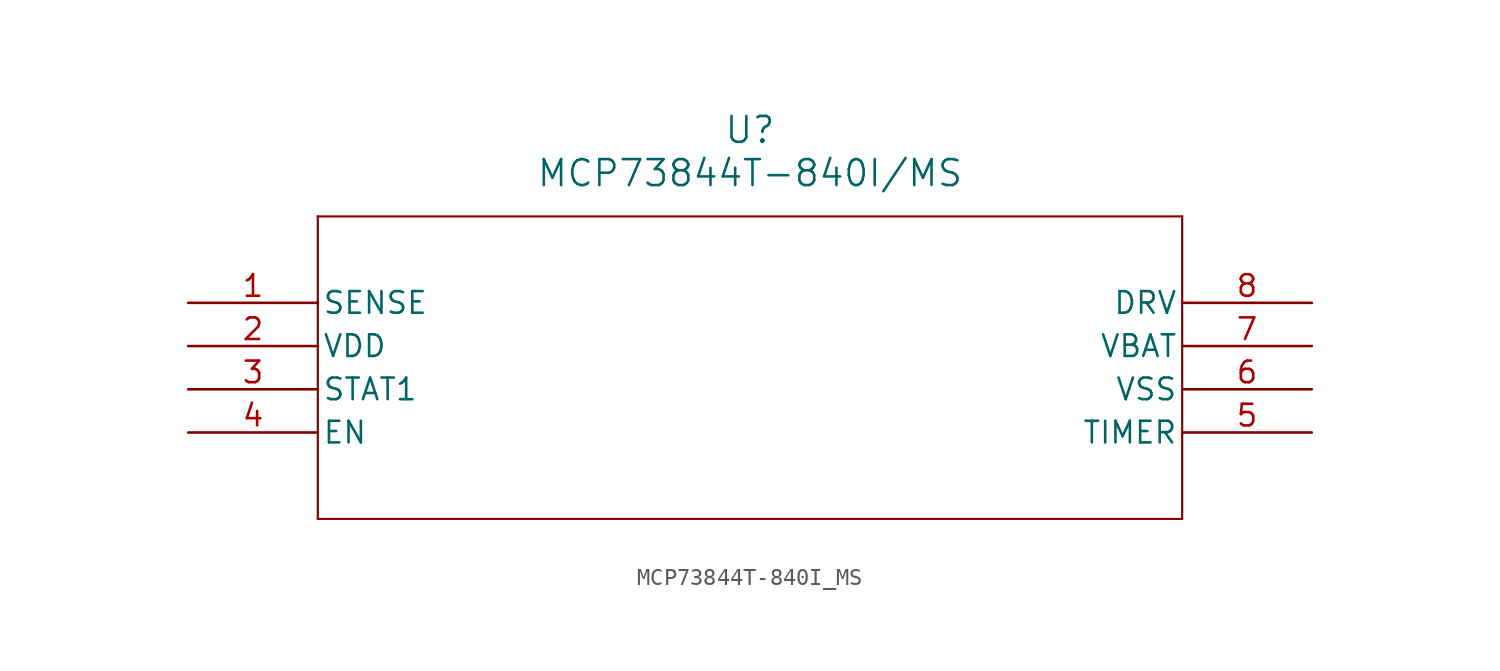
<source format=kicad_sym>
(kicad_symbol_lib
  (version 20211014)
  (generator kicad_symbol_editor)
  (symbol "MCP73844T-840I_MS"
    (pin_names
      (offset 0.254))
    (property "Reference" "U"
      (at 33.02 10.16 0)
      (effects (font (size 1.524 1.524))))
    (property "Value" "MCP73844T-840I/MS"
      (at 33.02 7.62 0)
      (effects (font (size 1.524 1.524))))
    (symbol "MCP73844T-840I_MS_0_1"
      (polyline (pts (xy 7.62 5.08) (xy 7.62 -12.7)) (stroke (width 0.127) (type default) (color 0 0 0 0)) (fill (type none)))
      (polyline (pts (xy 7.62 -12.7) (xy 58.42 -12.7)) (stroke (width 0.127) (type default) (color 0 0 0 0)) (fill (type none)))
      (polyline (pts (xy 58.42 -12.7) (xy 58.42 5.08)) (stroke (width 0.127) (type default) (color 0 0 0 0)) (fill (type none)))
      (polyline (pts (xy 58.42 5.08) (xy 7.62 5.08)) (stroke (width 0.127) (type default) (color 0 0 0 0)) (fill (type none)))
      (pin unspecified line (at 0 0 0) (length 7.62) (name "SENSE" (effects (font (size 1.27 1.27)))) (number "1" (effects (font (size 1.27 1.27)))))
      (pin unspecified line (at 0 -2.54 0) (length 7.62) (name "VDD" (effects (font (size 1.27 1.27)))) (number "2" (effects (font (size 1.27 1.27)))))
      (pin unspecified line (at 0 -5.08 0) (length 7.62) (name "STAT1" (effects (font (size 1.27 1.27)))) (number "3" (effects (font (size 1.27 1.27)))))
      (pin unspecified line (at 0 -7.62 0) (length 7.62) (name "EN" (effects (font (size 1.27 1.27)))) (number "4" (effects (font (size 1.27 1.27)))))
      (pin unspecified line (at 66.04 -7.62 180) (length 7.62) (name "TIMER" (effects (font (size 1.27 1.27)))) (number "5" (effects (font (size 1.27 1.27)))))
      (pin unspecified line (at 66.04 -5.08 180) (length 7.62) (name "VSS" (effects (font (size 1.27 1.27)))) (number "6" (effects (font (size 1.27 1.27)))))
      (pin unspecified line (at 66.04 -2.54 180) (length 7.62) (name "VBAT" (effects (font (size 1.27 1.27)))) (number "7" (effects (font (size 1.27 1.27)))))
      (pin unspecified line (at 66.04 0 180) (length 7.62) (name "DRV" (effects (font (size 1.27 1.27)))) (number "8" (effects (font (size 1.27 1.27))))))))
</source>
